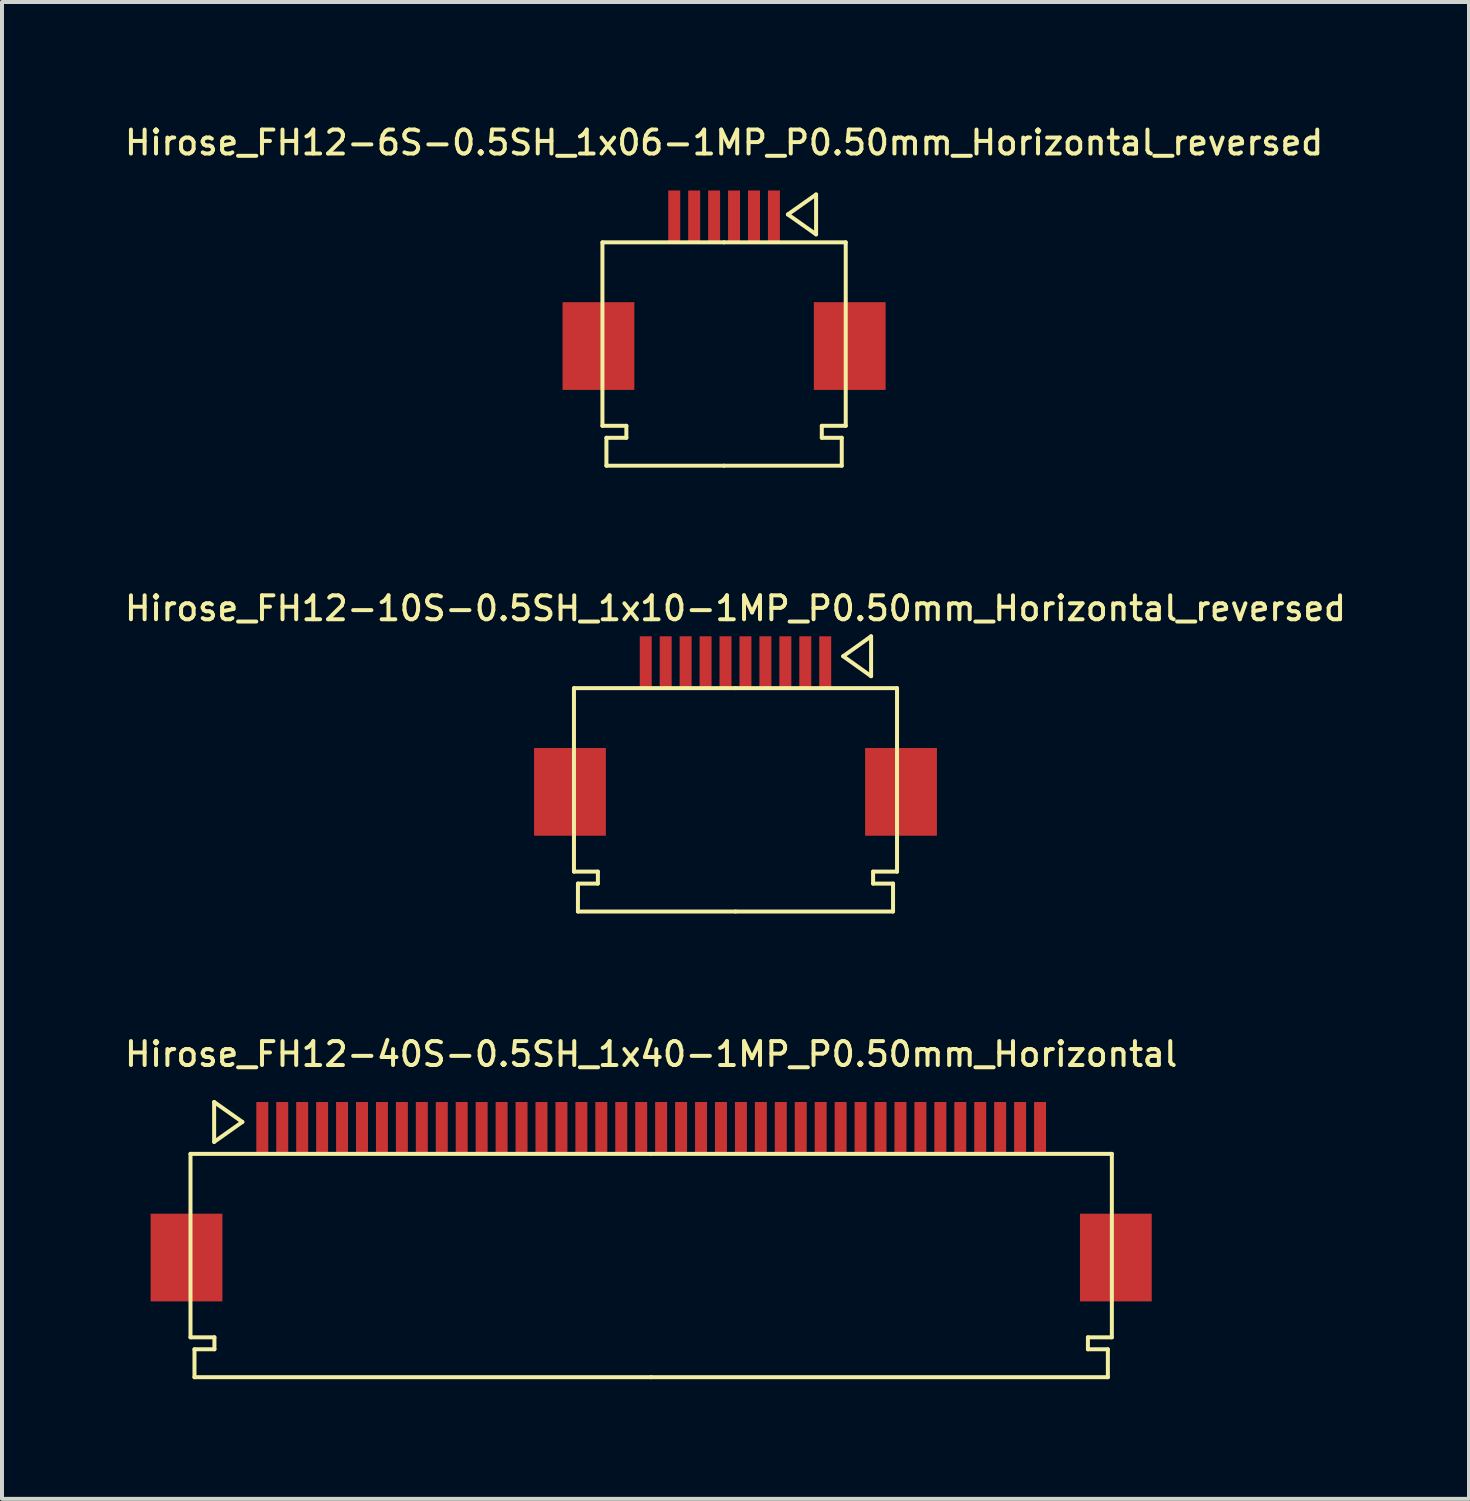
<source format=kicad_pcb>
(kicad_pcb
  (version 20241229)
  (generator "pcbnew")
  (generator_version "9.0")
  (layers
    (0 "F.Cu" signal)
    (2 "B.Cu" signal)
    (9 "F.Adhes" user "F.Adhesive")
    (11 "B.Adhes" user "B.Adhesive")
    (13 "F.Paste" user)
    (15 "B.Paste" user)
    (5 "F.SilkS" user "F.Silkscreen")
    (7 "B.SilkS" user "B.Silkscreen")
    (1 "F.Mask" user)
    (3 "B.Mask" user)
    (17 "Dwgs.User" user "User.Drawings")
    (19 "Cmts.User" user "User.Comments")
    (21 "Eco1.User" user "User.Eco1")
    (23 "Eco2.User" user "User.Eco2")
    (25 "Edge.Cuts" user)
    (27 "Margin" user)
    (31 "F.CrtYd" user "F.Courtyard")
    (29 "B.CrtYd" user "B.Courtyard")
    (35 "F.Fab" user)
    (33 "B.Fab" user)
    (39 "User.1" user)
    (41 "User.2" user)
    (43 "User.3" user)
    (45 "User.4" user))
  (footprint "Hirose_FH12-6S-0.5SH_1x06-1MP_P0.50mm_Horizontal_reversed"
    (layer "F.Cu")
    (at 15.104 4.226)
    (property "Reference" "Hirose_FH12-6S-0.5SH_1x06-1MP_P0.50mm_Horizontal_reversed" (at 0 -3.7 0) (layer "F.SilkS") (effects (font (size 0.6 0.6) (thickness 0.1) (bold yes))))
    (attr smd)
    (fp_line (start -3.05 -1.2) (end -3.05 3.4) (stroke (width 0.1) (type solid)) (layer "F.SilkS"))
    (fp_line (start -3.05 3.4) (end -2.45 3.4) (stroke (width 0.1) (type solid)) (layer "F.SilkS"))
    (fp_line (start -2.95 3.7) (end -2.95 4.4) (stroke (width 0.1) (type solid)) (layer "F.SilkS"))
    (fp_line (start -2.95 4.4) (end 0 4.4) (stroke (width 0.1) (type solid)) (layer "F.SilkS"))
    (fp_line (start -2.45 3.4) (end -2.45 3.7) (stroke (width 0.1) (type solid)) (layer "F.SilkS"))
    (fp_line (start -2.45 3.7) (end -2.95 3.7) (stroke (width 0.1) (type solid)) (layer "F.SilkS"))
    (fp_line (start 0 -1.2) (end -3.05 -1.2) (stroke (width 0.1) (type solid)) (layer "F.SilkS"))
    (fp_line (start 0 -1.2) (end 3.05 -1.2) (stroke (width 0.1) (type solid)) (layer "F.SilkS"))
    (fp_line (start 1.6 -1.9) (end 2.307 -1.4) (stroke (width 0.1) (type solid)) (layer "F.SilkS"))
    (fp_line (start 2.307 -2.4) (end 1.6 -1.9) (stroke (width 0.1) (type solid)) (layer "F.SilkS"))
    (fp_line (start 2.307 -2.4) (end 2.307 -1.4) (stroke (width 0.1) (type solid)) (layer "F.SilkS"))
    (fp_line (start 2.45 3.4) (end 2.45 3.7) (stroke (width 0.1) (type solid)) (layer "F.SilkS"))
    (fp_line (start 2.45 3.7) (end 2.95 3.7) (stroke (width 0.1) (type solid)) (layer "F.SilkS"))
    (fp_line (start 2.95 3.7) (end 2.95 4.4) (stroke (width 0.1) (type solid)) (layer "F.SilkS"))
    (fp_line (start 2.95 4.4) (end 0 4.4) (stroke (width 0.1) (type solid)) (layer "F.SilkS"))
    (fp_line (start 3.05 -1.2) (end 3.05 3.4) (stroke (width 0.1) (type solid)) (layer "F.SilkS"))
    (fp_line (start 3.05 3.4) (end 2.45 3.4) (stroke (width 0.1) (type solid)) (layer "F.SilkS"))
    (pad "" smd rect (at -3.15 1.4) (size 1.8 2.2) (layers "F.Cu" "F.Mask" "F.Paste"))
    (pad "" smd rect (at 3.15 1.4) (size 1.8 2.2) (layers "F.Cu" "F.Mask" "F.Paste"))
    (pad "1" smd rect (at 1.25 -1.85 180) (size 0.3 1.3) (layers "F.Cu" "F.Mask" "F.Paste"))
    (pad "2" smd rect (at 0.75 -1.85 180) (size 0.3 1.3) (layers "F.Cu" "F.Mask" "F.Paste"))
    (pad "3" smd rect (at 0.25 -1.85 180) (size 0.3 1.3) (layers "F.Cu" "F.Mask" "F.Paste"))
    (pad "4" smd rect (at -0.25 -1.85 180) (size 0.3 1.3) (layers "F.Cu" "F.Mask" "F.Paste"))
    (pad "5" smd rect (at -0.75 -1.85 180) (size 0.3 1.3) (layers "F.Cu" "F.Mask" "F.Paste"))
    (pad "6" smd rect (at -1.25 -1.85 180) (size 0.3 1.3) (layers "F.Cu" "F.Mask" "F.Paste")))
  (footprint "Hirose_FH12-40S-0.5SH_1x40-1MP_P0.50mm_Horizontal"
    (layer "F.Cu")
    (at 13.276 27.079)
    (property "Reference" "Hirose_FH12-40S-0.5SH_1x40-1MP_P0.50mm_Horizontal" (at 0 -3.7 0) (layer "F.SilkS") (effects (font (size 0.6 0.6) (thickness 0.1) (bold yes))))
    (attr smd)
    (fp_line (start -11.55 -1.2) (end -11.55 3.4) (stroke (width 0.1) (type solid)) (layer "F.SilkS"))
    (fp_line (start -11.55 3.4) (end -10.95 3.4) (stroke (width 0.1) (type solid)) (layer "F.SilkS"))
    (fp_line (start -11.45 3.7) (end -11.45 4.4) (stroke (width 0.1) (type solid)) (layer "F.SilkS"))
    (fp_line (start -11.45 4.4) (end 0 4.4) (stroke (width 0.1) (type solid)) (layer "F.SilkS"))
    (fp_line (start -10.957 -1.5) (end -10.957 -2.5) (stroke (width 0.1) (type solid)) (layer "F.SilkS"))
    (fp_line (start -10.957 -1.5) (end -10.25 -2) (stroke (width 0.1) (type solid)) (layer "F.SilkS"))
    (fp_line (start -10.95 3.4) (end -10.95 3.7) (stroke (width 0.1) (type solid)) (layer "F.SilkS"))
    (fp_line (start -10.95 3.7) (end -11.45 3.7) (stroke (width 0.1) (type solid)) (layer "F.SilkS"))
    (fp_line (start -10.25 -2) (end -10.957 -2.5) (stroke (width 0.1) (type solid)) (layer "F.SilkS"))
    (fp_line (start 0 -1.2) (end -11.55 -1.2) (stroke (width 0.1) (type solid)) (layer "F.SilkS"))
    (fp_line (start 0 -1.2) (end 11.55 -1.2) (stroke (width 0.1) (type solid)) (layer "F.SilkS"))
    (fp_line (start 10.95 3.4) (end 10.95 3.7) (stroke (width 0.1) (type solid)) (layer "F.SilkS"))
    (fp_line (start 10.95 3.7) (end 11.45 3.7) (stroke (width 0.1) (type solid)) (layer "F.SilkS"))
    (fp_line (start 11.45 3.7) (end 11.45 4.4) (stroke (width 0.1) (type solid)) (layer "F.SilkS"))
    (fp_line (start 11.45 4.4) (end 0 4.4) (stroke (width 0.1) (type solid)) (layer "F.SilkS"))
    (fp_line (start 11.55 -1.2) (end 11.55 3.4) (stroke (width 0.1) (type solid)) (layer "F.SilkS"))
    (fp_line (start 11.55 3.4) (end 10.95 3.4) (stroke (width 0.1) (type solid)) (layer "F.SilkS"))
    (pad "" smd rect (at -11.65 1.4) (size 1.8 2.2) (layers "F.Cu" "F.Mask" "F.Paste"))
    (pad "" smd rect (at 11.65 1.4) (size 1.8 2.2) (layers "F.Cu" "F.Mask" "F.Paste"))
    (pad "1" smd rect (at -9.75 -1.85) (size 0.3 1.3) (layers "F.Cu" "F.Mask" "F.Paste"))
    (pad "2" smd rect (at -9.25 -1.85) (size 0.3 1.3) (layers "F.Cu" "F.Mask" "F.Paste"))
    (pad "3" smd rect (at -8.75 -1.85) (size 0.3 1.3) (layers "F.Cu" "F.Mask" "F.Paste"))
    (pad "4" smd rect (at -8.25 -1.85) (size 0.3 1.3) (layers "F.Cu" "F.Mask" "F.Paste"))
    (pad "5" smd rect (at -7.75 -1.85) (size 0.3 1.3) (layers "F.Cu" "F.Mask" "F.Paste"))
    (pad "6" smd rect (at -7.25 -1.85) (size 0.3 1.3) (layers "F.Cu" "F.Mask" "F.Paste"))
    (pad "7" smd rect (at -6.75 -1.85) (size 0.3 1.3) (layers "F.Cu" "F.Mask" "F.Paste"))
    (pad "8" smd rect (at -6.25 -1.85) (size 0.3 1.3) (layers "F.Cu" "F.Mask" "F.Paste"))
    (pad "9" smd rect (at -5.75 -1.85) (size 0.3 1.3) (layers "F.Cu" "F.Mask" "F.Paste"))
    (pad "10" smd rect (at -5.25 -1.85) (size 0.3 1.3) (layers "F.Cu" "F.Mask" "F.Paste"))
    (pad "11" smd rect (at -4.75 -1.85) (size 0.3 1.3) (layers "F.Cu" "F.Mask" "F.Paste"))
    (pad "12" smd rect (at -4.25 -1.85) (size 0.3 1.3) (layers "F.Cu" "F.Mask" "F.Paste"))
    (pad "13" smd rect (at -3.75 -1.85) (size 0.3 1.3) (layers "F.Cu" "F.Mask" "F.Paste"))
    (pad "14" smd rect (at -3.25 -1.85) (size 0.3 1.3) (layers "F.Cu" "F.Mask" "F.Paste"))
    (pad "15" smd rect (at -2.75 -1.85) (size 0.3 1.3) (layers "F.Cu" "F.Mask" "F.Paste"))
    (pad "16" smd rect (at -2.25 -1.85) (size 0.3 1.3) (layers "F.Cu" "F.Mask" "F.Paste"))
    (pad "17" smd rect (at -1.75 -1.85) (size 0.3 1.3) (layers "F.Cu" "F.Mask" "F.Paste"))
    (pad "18" smd rect (at -1.25 -1.85) (size 0.3 1.3) (layers "F.Cu" "F.Mask" "F.Paste"))
    (pad "19" smd rect (at -0.75 -1.85) (size 0.3 1.3) (layers "F.Cu" "F.Mask" "F.Paste"))
    (pad "20" smd rect (at -0.25 -1.85) (size 0.3 1.3) (layers "F.Cu" "F.Mask" "F.Paste"))
    (pad "21" smd rect (at 0.25 -1.85) (size 0.3 1.3) (layers "F.Cu" "F.Mask" "F.Paste"))
    (pad "22" smd rect (at 0.75 -1.85) (size 0.3 1.3) (layers "F.Cu" "F.Mask" "F.Paste"))
    (pad "23" smd rect (at 1.25 -1.85) (size 0.3 1.3) (layers "F.Cu" "F.Mask" "F.Paste"))
    (pad "24" smd rect (at 1.75 -1.85) (size 0.3 1.3) (layers "F.Cu" "F.Mask" "F.Paste"))
    (pad "25" smd rect (at 2.25 -1.85) (size 0.3 1.3) (layers "F.Cu" "F.Mask" "F.Paste"))
    (pad "26" smd rect (at 2.75 -1.85) (size 0.3 1.3) (layers "F.Cu" "F.Mask" "F.Paste"))
    (pad "27" smd rect (at 3.25 -1.85) (size 0.3 1.3) (layers "F.Cu" "F.Mask" "F.Paste"))
    (pad "28" smd rect (at 3.75 -1.85) (size 0.3 1.3) (layers "F.Cu" "F.Mask" "F.Paste"))
    (pad "29" smd rect (at 4.25 -1.85) (size 0.3 1.3) (layers "F.Cu" "F.Mask" "F.Paste"))
    (pad "30" smd rect (at 4.75 -1.85) (size 0.3 1.3) (layers "F.Cu" "F.Mask" "F.Paste"))
    (pad "31" smd rect (at 5.25 -1.85) (size 0.3 1.3) (layers "F.Cu" "F.Mask" "F.Paste"))
    (pad "32" smd rect (at 5.75 -1.85) (size 0.3 1.3) (layers "F.Cu" "F.Mask" "F.Paste"))
    (pad "33" smd rect (at 6.25 -1.85) (size 0.3 1.3) (layers "F.Cu" "F.Mask" "F.Paste"))
    (pad "34" smd rect (at 6.75 -1.85) (size 0.3 1.3) (layers "F.Cu" "F.Mask" "F.Paste"))
    (pad "35" smd rect (at 7.25 -1.85) (size 0.3 1.3) (layers "F.Cu" "F.Mask" "F.Paste"))
    (pad "36" smd rect (at 7.75 -1.85) (size 0.3 1.3) (layers "F.Cu" "F.Mask" "F.Paste"))
    (pad "37" smd rect (at 8.25 -1.85) (size 0.3 1.3) (layers "F.Cu" "F.Mask" "F.Paste"))
    (pad "38" smd rect (at 8.75 -1.85) (size 0.3 1.3) (layers "F.Cu" "F.Mask" "F.Paste"))
    (pad "39" smd rect (at 9.25 -1.85) (size 0.3 1.3) (layers "F.Cu" "F.Mask" "F.Paste"))
    (pad "40" smd rect (at 9.75 -1.85) (size 0.3 1.3) (layers "F.Cu" "F.Mask" "F.Paste")))
  (footprint "Hirose_FH12-10S-0.5SH_1x10-1MP_P0.50mm_Horizontal_reversed"
    (layer "F.Cu")
    (at 15.39 15.403)
    (property "Reference" "Hirose_FH12-10S-0.5SH_1x10-1MP_P0.50mm_Horizontal_reversed" (at 0 -3.2 0) (layer "F.SilkS") (effects (font (size 0.6 0.6) (thickness 0.1) (bold yes))))
    (attr smd)
    (fp_line (start -4.05 -1.2) (end -4.05 3.4) (stroke (width 0.1) (type solid)) (layer "F.SilkS"))
    (fp_line (start -4.05 3.4) (end -3.45 3.4) (stroke (width 0.1) (type solid)) (layer "F.SilkS"))
    (fp_line (start -3.95 3.7) (end -3.95 4.4) (stroke (width 0.1) (type solid)) (layer "F.SilkS"))
    (fp_line (start -3.95 4.4) (end 0 4.4) (stroke (width 0.1) (type solid)) (layer "F.SilkS"))
    (fp_line (start -3.45 3.4) (end -3.45 3.7) (stroke (width 0.1) (type solid)) (layer "F.SilkS"))
    (fp_line (start -3.45 3.7) (end -3.95 3.7) (stroke (width 0.1) (type solid)) (layer "F.SilkS"))
    (fp_line (start 0 -1.2) (end -4.05 -1.2) (stroke (width 0.1) (type solid)) (layer "F.SilkS"))
    (fp_line (start 0 -1.2) (end 4.05 -1.2) (stroke (width 0.1) (type solid)) (layer "F.SilkS"))
    (fp_line (start 2.7 -2) (end 3.4 -1.5) (stroke (width 0.1) (type default)) (layer "F.SilkS"))
    (fp_line (start 3.4 -2.5) (end 2.7 -2) (stroke (width 0.1) (type default)) (layer "F.SilkS"))
    (fp_line (start 3.4 -1.5) (end 3.4 -2.5) (stroke (width 0.1) (type default)) (layer "F.SilkS"))
    (fp_line (start 3.45 3.4) (end 3.45 3.7) (stroke (width 0.1) (type solid)) (layer "F.SilkS"))
    (fp_line (start 3.45 3.7) (end 3.95 3.7) (stroke (width 0.1) (type solid)) (layer "F.SilkS"))
    (fp_line (start 3.95 3.7) (end 3.95 4.4) (stroke (width 0.1) (type solid)) (layer "F.SilkS"))
    (fp_line (start 3.95 4.4) (end 0 4.4) (stroke (width 0.1) (type solid)) (layer "F.SilkS"))
    (fp_line (start 4.05 -1.2) (end 4.05 3.4) (stroke (width 0.1) (type solid)) (layer "F.SilkS"))
    (fp_line (start 4.05 3.4) (end 3.45 3.4) (stroke (width 0.1) (type solid)) (layer "F.SilkS"))
    (pad "" smd rect (at -4.15 1.4) (size 1.8 2.2) (layers "F.Cu" "F.Mask" "F.Paste"))
    (pad "" smd rect (at 4.15 1.4) (size 1.8 2.2) (layers "F.Cu" "F.Mask" "F.Paste"))
    (pad "1" smd rect (at 2.25 -1.85 180) (size 0.3 1.3) (layers "F.Cu" "F.Mask" "F.Paste"))
    (pad "2" smd rect (at 1.75 -1.85 180) (size 0.3 1.3) (layers "F.Cu" "F.Mask" "F.Paste"))
    (pad "3" smd rect (at 1.25 -1.85 180) (size 0.3 1.3) (layers "F.Cu" "F.Mask" "F.Paste"))
    (pad "4" smd rect (at 0.75 -1.85 180) (size 0.3 1.3) (layers "F.Cu" "F.Mask" "F.Paste"))
    (pad "5" smd rect (at 0.25 -1.85 180) (size 0.3 1.3) (layers "F.Cu" "F.Mask" "F.Paste"))
    (pad "6" smd rect (at -0.25 -1.85 180) (size 0.3 1.3) (layers "F.Cu" "F.Mask" "F.Paste"))
    (pad "7" smd rect (at -0.75 -1.85 180) (size 0.3 1.3) (layers "F.Cu" "F.Mask" "F.Paste"))
    (pad "8" smd rect (at -1.25 -1.85 180) (size 0.3 1.3) (layers "F.Cu" "F.Mask" "F.Paste"))
    (pad "9" smd rect (at -1.75 -1.85 180) (size 0.3 1.3) (layers "F.Cu" "F.Mask" "F.Paste"))
    (pad "10" smd rect (at -2.25 -1.85 180) (size 0.3 1.3) (layers "F.Cu" "F.Mask" "F.Paste")))
  (gr_rect
    (start -3 -3)
    (end 33.78 34.529)
    (stroke (width 0.1) (type default))
    (fill no)
    (layer "Edge.Cuts")))
</source>
